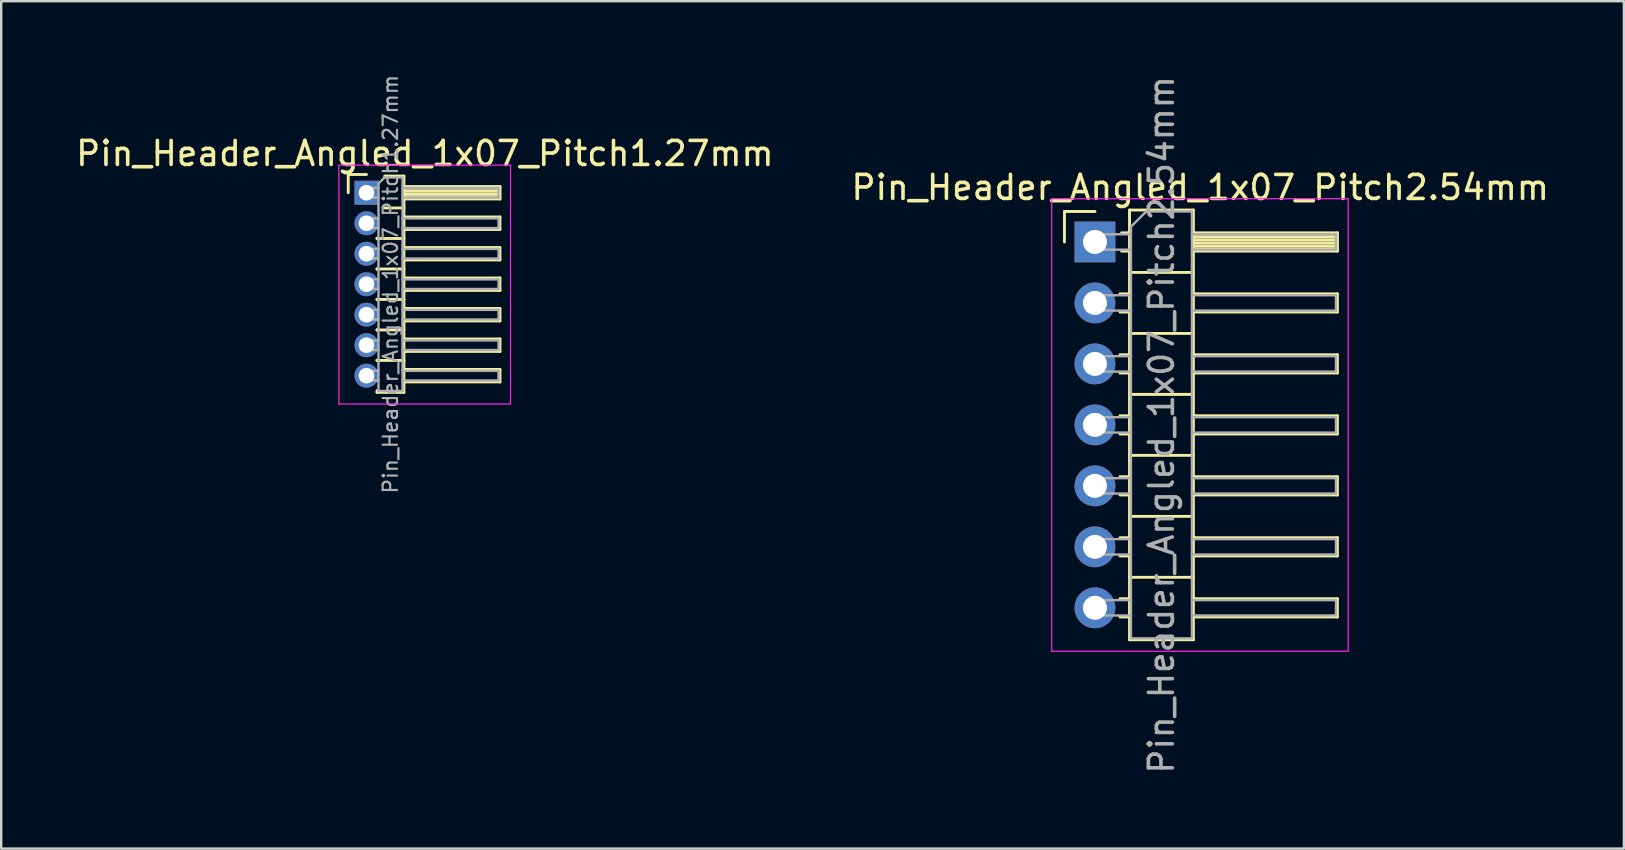
<source format=kicad_pcb>
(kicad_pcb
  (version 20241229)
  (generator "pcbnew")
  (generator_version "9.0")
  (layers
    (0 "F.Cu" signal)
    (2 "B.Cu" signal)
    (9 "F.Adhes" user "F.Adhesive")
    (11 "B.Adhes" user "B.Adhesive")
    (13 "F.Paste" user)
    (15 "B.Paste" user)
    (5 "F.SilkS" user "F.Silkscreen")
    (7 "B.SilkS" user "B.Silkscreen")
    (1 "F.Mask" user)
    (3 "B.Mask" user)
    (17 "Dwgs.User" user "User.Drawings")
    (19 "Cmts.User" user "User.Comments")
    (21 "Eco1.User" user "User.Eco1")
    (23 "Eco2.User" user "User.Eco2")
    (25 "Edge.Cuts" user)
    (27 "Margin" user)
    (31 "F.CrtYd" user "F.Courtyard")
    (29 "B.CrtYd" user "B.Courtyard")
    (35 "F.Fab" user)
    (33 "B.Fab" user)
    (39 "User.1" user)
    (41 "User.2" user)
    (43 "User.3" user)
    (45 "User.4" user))
  (footprint "Pin_Header_Angled_1x07_Pitch1.27mm"
    (layer "F.Cu")
    (at 12.216 4.979)
    (property "Reference" "Pin_Header_Angled_1x07_Pitch1.27mm" (at 2.433 -1.635 0) (layer "F.SilkS") (effects (font (size 1 1) (thickness 0.15))))
    (attr through_hole)
    (fp_line (start -0.76 -0.76) (end 0 -0.76) (stroke (width 0.12) (type solid)) (layer "F.SilkS"))
    (fp_line (start -0.76 0) (end -0.76 -0.76) (stroke (width 0.12) (type solid)) (layer "F.SilkS"))
    (fp_line (start 0.44 1.89) (end 0.44 1.92) (stroke (width 0.12) (type solid)) (layer "F.SilkS"))
    (fp_line (start 0.44 1.905) (end 1.56 1.905) (stroke (width 0.12) (type solid)) (layer "F.SilkS"))
    (fp_line (start 0.44 3.16) (end 0.44 3.19) (stroke (width 0.12) (type solid)) (layer "F.SilkS"))
    (fp_line (start 0.44 3.175) (end 1.56 3.175) (stroke (width 0.12) (type solid)) (layer "F.SilkS"))
    (fp_line (start 0.44 4.43) (end 0.44 4.46) (stroke (width 0.12) (type solid)) (layer "F.SilkS"))
    (fp_line (start 0.44 4.445) (end 1.56 4.445) (stroke (width 0.12) (type solid)) (layer "F.SilkS"))
    (fp_line (start 0.44 5.7) (end 0.44 5.73) (stroke (width 0.12) (type solid)) (layer "F.SilkS"))
    (fp_line (start 0.44 5.715) (end 1.56 5.715) (stroke (width 0.12) (type solid)) (layer "F.SilkS"))
    (fp_line (start 0.44 6.97) (end 0.44 7) (stroke (width 0.12) (type solid)) (layer "F.SilkS"))
    (fp_line (start 0.44 6.985) (end 1.56 6.985) (stroke (width 0.12) (type solid)) (layer "F.SilkS"))
    (fp_line (start 0.44 8.315) (end 0.44 8.24) (stroke (width 0.12) (type solid)) (layer "F.SilkS"))
    (fp_line (start 0.76 -0.695) (end 1.56 -0.695) (stroke (width 0.12) (type solid)) (layer "F.SilkS"))
    (fp_line (start 0.76 0.635) (end 1.56 0.635) (stroke (width 0.12) (type solid)) (layer "F.SilkS"))
    (fp_line (start 1.56 -0.695) (end 1.56 8.315) (stroke (width 0.12) (type solid)) (layer "F.SilkS"))
    (fp_line (start 1.56 -0.26) (end 5.56 -0.26) (stroke (width 0.12) (type solid)) (layer "F.SilkS"))
    (fp_line (start 1.56 -0.2) (end 5.56 -0.2) (stroke (width 0.12) (type solid)) (layer "F.SilkS"))
    (fp_line (start 1.56 -0.08) (end 5.56 -0.08) (stroke (width 0.12) (type solid)) (layer "F.SilkS"))
    (fp_line (start 1.56 0.04) (end 5.56 0.04) (stroke (width 0.12) (type solid)) (layer "F.SilkS"))
    (fp_line (start 1.56 0.16) (end 5.56 0.16) (stroke (width 0.12) (type solid)) (layer "F.SilkS"))
    (fp_line (start 1.56 1.01) (end 5.56 1.01) (stroke (width 0.12) (type solid)) (layer "F.SilkS"))
    (fp_line (start 1.56 2.28) (end 5.56 2.28) (stroke (width 0.12) (type solid)) (layer "F.SilkS"))
    (fp_line (start 1.56 3.55) (end 5.56 3.55) (stroke (width 0.12) (type solid)) (layer "F.SilkS"))
    (fp_line (start 1.56 4.82) (end 5.56 4.82) (stroke (width 0.12) (type solid)) (layer "F.SilkS"))
    (fp_line (start 1.56 6.09) (end 5.56 6.09) (stroke (width 0.12) (type solid)) (layer "F.SilkS"))
    (fp_line (start 1.56 7.36) (end 5.56 7.36) (stroke (width 0.12) (type solid)) (layer "F.SilkS"))
    (fp_line (start 1.56 8.315) (end 0.44 8.315) (stroke (width 0.12) (type solid)) (layer "F.SilkS"))
    (fp_line (start 5.56 -0.26) (end 5.56 0.26) (stroke (width 0.12) (type solid)) (layer "F.SilkS"))
    (fp_line (start 5.56 0.26) (end 1.56 0.26) (stroke (width 0.12) (type solid)) (layer "F.SilkS"))
    (fp_line (start 5.56 1.01) (end 5.56 1.53) (stroke (width 0.12) (type solid)) (layer "F.SilkS"))
    (fp_line (start 5.56 1.53) (end 1.56 1.53) (stroke (width 0.12) (type solid)) (layer "F.SilkS"))
    (fp_line (start 5.56 2.28) (end 5.56 2.8) (stroke (width 0.12) (type solid)) (layer "F.SilkS"))
    (fp_line (start 5.56 2.8) (end 1.56 2.8) (stroke (width 0.12) (type solid)) (layer "F.SilkS"))
    (fp_line (start 5.56 3.55) (end 5.56 4.07) (stroke (width 0.12) (type solid)) (layer "F.SilkS"))
    (fp_line (start 5.56 4.07) (end 1.56 4.07) (stroke (width 0.12) (type solid)) (layer "F.SilkS"))
    (fp_line (start 5.56 4.82) (end 5.56 5.34) (stroke (width 0.12) (type solid)) (layer "F.SilkS"))
    (fp_line (start 5.56 5.34) (end 1.56 5.34) (stroke (width 0.12) (type solid)) (layer "F.SilkS"))
    (fp_line (start 5.56 6.09) (end 5.56 6.61) (stroke (width 0.12) (type solid)) (layer "F.SilkS"))
    (fp_line (start 5.56 6.61) (end 1.56 6.61) (stroke (width 0.12) (type solid)) (layer "F.SilkS"))
    (fp_line (start 5.56 7.36) (end 5.56 7.88) (stroke (width 0.12) (type solid)) (layer "F.SilkS"))
    (fp_line (start 5.56 7.88) (end 1.56 7.88) (stroke (width 0.12) (type solid)) (layer "F.SilkS"))
    (fp_line (start -1.15 -1.15) (end -1.15 8.8) (stroke (width 0.05) (type solid)) (layer "F.CrtYd"))
    (fp_line (start -1.15 8.8) (end 6 8.8) (stroke (width 0.05) (type solid)) (layer "F.CrtYd"))
    (fp_line (start 6 -1.15) (end -1.15 -1.15) (stroke (width 0.05) (type solid)) (layer "F.CrtYd"))
    (fp_line (start 6 8.8) (end 6 -1.15) (stroke (width 0.05) (type solid)) (layer "F.CrtYd"))
    (fp_line (start -0.2 -0.2) (end -0.2 0.2) (stroke (width 0.1) (type solid)) (layer "F.Fab"))
    (fp_line (start -0.2 -0.2) (end 0.5 -0.2) (stroke (width 0.1) (type solid)) (layer "F.Fab"))
    (fp_line (start -0.2 0.2) (end 0.5 0.2) (stroke (width 0.1) (type solid)) (layer "F.Fab"))
    (fp_line (start -0.2 1.07) (end -0.2 1.47) (stroke (width 0.1) (type solid)) (layer "F.Fab"))
    (fp_line (start -0.2 1.07) (end 0.5 1.07) (stroke (width 0.1) (type solid)) (layer "F.Fab"))
    (fp_line (start -0.2 1.47) (end 0.5 1.47) (stroke (width 0.1) (type solid)) (layer "F.Fab"))
    (fp_line (start -0.2 2.34) (end -0.2 2.74) (stroke (width 0.1) (type solid)) (layer "F.Fab"))
    (fp_line (start -0.2 2.34) (end 0.5 2.34) (stroke (width 0.1) (type solid)) (layer "F.Fab"))
    (fp_line (start -0.2 2.74) (end 0.5 2.74) (stroke (width 0.1) (type solid)) (layer "F.Fab"))
    (fp_line (start -0.2 3.61) (end -0.2 4.01) (stroke (width 0.1) (type solid)) (layer "F.Fab"))
    (fp_line (start -0.2 3.61) (end 0.5 3.61) (stroke (width 0.1) (type solid)) (layer "F.Fab"))
    (fp_line (start -0.2 4.01) (end 0.5 4.01) (stroke (width 0.1) (type solid)) (layer "F.Fab"))
    (fp_line (start -0.2 4.88) (end -0.2 5.28) (stroke (width 0.1) (type solid)) (layer "F.Fab"))
    (fp_line (start -0.2 4.88) (end 0.5 4.88) (stroke (width 0.1) (type solid)) (layer "F.Fab"))
    (fp_line (start -0.2 5.28) (end 0.5 5.28) (stroke (width 0.1) (type solid)) (layer "F.Fab"))
    (fp_line (start -0.2 6.15) (end -0.2 6.55) (stroke (width 0.1) (type solid)) (layer "F.Fab"))
    (fp_line (start -0.2 6.15) (end 0.5 6.15) (stroke (width 0.1) (type solid)) (layer "F.Fab"))
    (fp_line (start -0.2 6.55) (end 0.5 6.55) (stroke (width 0.1) (type solid)) (layer "F.Fab"))
    (fp_line (start -0.2 7.42) (end -0.2 7.82) (stroke (width 0.1) (type solid)) (layer "F.Fab"))
    (fp_line (start -0.2 7.42) (end 0.5 7.42) (stroke (width 0.1) (type solid)) (layer "F.Fab"))
    (fp_line (start -0.2 7.82) (end 0.5 7.82) (stroke (width 0.1) (type solid)) (layer "F.Fab"))
    (fp_line (start 0.5 -0.385) (end 0.75 -0.635) (stroke (width 0.1) (type solid)) (layer "F.Fab"))
    (fp_line (start 0.5 8.255) (end 0.5 -0.385) (stroke (width 0.1) (type solid)) (layer "F.Fab"))
    (fp_line (start 0.75 -0.635) (end 1.5 -0.635) (stroke (width 0.1) (type solid)) (layer "F.Fab"))
    (fp_line (start 1.5 -0.635) (end 1.5 8.255) (stroke (width 0.1) (type solid)) (layer "F.Fab"))
    (fp_line (start 1.5 -0.2) (end 5.5 -0.2) (stroke (width 0.1) (type solid)) (layer "F.Fab"))
    (fp_line (start 1.5 0.2) (end 5.5 0.2) (stroke (width 0.1) (type solid)) (layer "F.Fab"))
    (fp_line (start 1.5 1.07) (end 5.5 1.07) (stroke (width 0.1) (type solid)) (layer "F.Fab"))
    (fp_line (start 1.5 1.47) (end 5.5 1.47) (stroke (width 0.1) (type solid)) (layer "F.Fab"))
    (fp_line (start 1.5 2.34) (end 5.5 2.34) (stroke (width 0.1) (type solid)) (layer "F.Fab"))
    (fp_line (start 1.5 2.74) (end 5.5 2.74) (stroke (width 0.1) (type solid)) (layer "F.Fab"))
    (fp_line (start 1.5 3.61) (end 5.5 3.61) (stroke (width 0.1) (type solid)) (layer "F.Fab"))
    (fp_line (start 1.5 4.01) (end 5.5 4.01) (stroke (width 0.1) (type solid)) (layer "F.Fab"))
    (fp_line (start 1.5 4.88) (end 5.5 4.88) (stroke (width 0.1) (type solid)) (layer "F.Fab"))
    (fp_line (start 1.5 5.28) (end 5.5 5.28) (stroke (width 0.1) (type solid)) (layer "F.Fab"))
    (fp_line (start 1.5 6.15) (end 5.5 6.15) (stroke (width 0.1) (type solid)) (layer "F.Fab"))
    (fp_line (start 1.5 6.55) (end 5.5 6.55) (stroke (width 0.1) (type solid)) (layer "F.Fab"))
    (fp_line (start 1.5 7.42) (end 5.5 7.42) (stroke (width 0.1) (type solid)) (layer "F.Fab"))
    (fp_line (start 1.5 7.82) (end 5.5 7.82) (stroke (width 0.1) (type solid)) (layer "F.Fab"))
    (fp_line (start 1.5 8.255) (end 0.5 8.255) (stroke (width 0.1) (type solid)) (layer "F.Fab"))
    (fp_line (start 5.5 -0.2) (end 5.5 0.2) (stroke (width 0.1) (type solid)) (layer "F.Fab"))
    (fp_line (start 5.5 1.07) (end 5.5 1.47) (stroke (width 0.1) (type solid)) (layer "F.Fab"))
    (fp_line (start 5.5 2.34) (end 5.5 2.74) (stroke (width 0.1) (type solid)) (layer "F.Fab"))
    (fp_line (start 5.5 3.61) (end 5.5 4.01) (stroke (width 0.1) (type solid)) (layer "F.Fab"))
    (fp_line (start 5.5 4.88) (end 5.5 5.28) (stroke (width 0.1) (type solid)) (layer "F.Fab"))
    (fp_line (start 5.5 6.15) (end 5.5 6.55) (stroke (width 0.1) (type solid)) (layer "F.Fab"))
    (fp_line (start 5.5 7.42) (end 5.5 7.82) (stroke (width 0.1) (type solid)) (layer "F.Fab"))
    (fp_text user "${REFERENCE}" (at 1 3.81 90) (layer "F.Fab") (effects (font (size 0.6 0.6) (thickness 0.09))))
    (pad "1" thru_hole rect (at 0 0) (size 1 1) (drill 0.65) (layers "*.Cu" "*.Mask"))
    (pad "2" thru_hole oval (at 0 1.27) (size 1 1) (drill 0.65) (layers "*.Cu" "*.Mask"))
    (pad "3" thru_hole oval (at 0 2.54) (size 1 1) (drill 0.65) (layers "*.Cu" "*.Mask"))
    (pad "4" thru_hole oval (at 0 3.81) (size 1 1) (drill 0.65) (layers "*.Cu" "*.Mask"))
    (pad "5" thru_hole oval (at 0 5.08) (size 1 1) (drill 0.65) (layers "*.Cu" "*.Mask"))
    (pad "6" thru_hole oval (at 0 6.35) (size 1 1) (drill 0.65) (layers "*.Cu" "*.Mask"))
    (pad "7" thru_hole oval (at 0 7.62) (size 1 1) (drill 0.65) (layers "*.Cu" "*.Mask")))
  (footprint "Pin_Header_Angled_1x07_Pitch2.54mm"
    (layer "F.Cu")
    (at 42.561 7.029)
    (property "Reference" "Pin_Header_Angled_1x07_Pitch2.54mm" (at 4.385 -2.27 0) (layer "F.SilkS") (effects (font (size 1 1) (thickness 0.15))))
    (attr through_hole)
    (fp_line (start -1.27 -1.27) (end 0 -1.27) (stroke (width 0.12) (type solid)) (layer "F.SilkS"))
    (fp_line (start -1.27 0) (end -1.27 -1.27) (stroke (width 0.12) (type solid)) (layer "F.SilkS"))
    (fp_line (start 1.043 2.16) (end 1.44 2.16) (stroke (width 0.12) (type solid)) (layer "F.SilkS"))
    (fp_line (start 1.043 2.92) (end 1.44 2.92) (stroke (width 0.12) (type solid)) (layer "F.SilkS"))
    (fp_line (start 1.043 4.7) (end 1.44 4.7) (stroke (width 0.12) (type solid)) (layer "F.SilkS"))
    (fp_line (start 1.043 5.46) (end 1.44 5.46) (stroke (width 0.12) (type solid)) (layer "F.SilkS"))
    (fp_line (start 1.043 7.24) (end 1.44 7.24) (stroke (width 0.12) (type solid)) (layer "F.SilkS"))
    (fp_line (start 1.043 8) (end 1.44 8) (stroke (width 0.12) (type solid)) (layer "F.SilkS"))
    (fp_line (start 1.043 9.78) (end 1.44 9.78) (stroke (width 0.12) (type solid)) (layer "F.SilkS"))
    (fp_line (start 1.043 10.54) (end 1.44 10.54) (stroke (width 0.12) (type solid)) (layer "F.SilkS"))
    (fp_line (start 1.043 12.32) (end 1.44 12.32) (stroke (width 0.12) (type solid)) (layer "F.SilkS"))
    (fp_line (start 1.043 13.08) (end 1.44 13.08) (stroke (width 0.12) (type solid)) (layer "F.SilkS"))
    (fp_line (start 1.043 14.86) (end 1.44 14.86) (stroke (width 0.12) (type solid)) (layer "F.SilkS"))
    (fp_line (start 1.043 15.62) (end 1.44 15.62) (stroke (width 0.12) (type solid)) (layer "F.SilkS"))
    (fp_line (start 1.11 -0.38) (end 1.44 -0.38) (stroke (width 0.12) (type solid)) (layer "F.SilkS"))
    (fp_line (start 1.11 0.38) (end 1.44 0.38) (stroke (width 0.12) (type solid)) (layer "F.SilkS"))
    (fp_line (start 1.44 -1.33) (end 1.44 16.57) (stroke (width 0.12) (type solid)) (layer "F.SilkS"))
    (fp_line (start 1.44 1.27) (end 4.1 1.27) (stroke (width 0.12) (type solid)) (layer "F.SilkS"))
    (fp_line (start 1.44 3.81) (end 4.1 3.81) (stroke (width 0.12) (type solid)) (layer "F.SilkS"))
    (fp_line (start 1.44 6.35) (end 4.1 6.35) (stroke (width 0.12) (type solid)) (layer "F.SilkS"))
    (fp_line (start 1.44 8.89) (end 4.1 8.89) (stroke (width 0.12) (type solid)) (layer "F.SilkS"))
    (fp_line (start 1.44 11.43) (end 4.1 11.43) (stroke (width 0.12) (type solid)) (layer "F.SilkS"))
    (fp_line (start 1.44 13.97) (end 4.1 13.97) (stroke (width 0.12) (type solid)) (layer "F.SilkS"))
    (fp_line (start 1.44 16.57) (end 4.1 16.57) (stroke (width 0.12) (type solid)) (layer "F.SilkS"))
    (fp_line (start 4.1 -1.33) (end 1.44 -1.33) (stroke (width 0.12) (type solid)) (layer "F.SilkS"))
    (fp_line (start 4.1 -0.38) (end 10.1 -0.38) (stroke (width 0.12) (type solid)) (layer "F.SilkS"))
    (fp_line (start 4.1 -0.32) (end 10.1 -0.32) (stroke (width 0.12) (type solid)) (layer "F.SilkS"))
    (fp_line (start 4.1 -0.2) (end 10.1 -0.2) (stroke (width 0.12) (type solid)) (layer "F.SilkS"))
    (fp_line (start 4.1 -0.08) (end 10.1 -0.08) (stroke (width 0.12) (type solid)) (layer "F.SilkS"))
    (fp_line (start 4.1 0.04) (end 10.1 0.04) (stroke (width 0.12) (type solid)) (layer "F.SilkS"))
    (fp_line (start 4.1 0.16) (end 10.1 0.16) (stroke (width 0.12) (type solid)) (layer "F.SilkS"))
    (fp_line (start 4.1 0.28) (end 10.1 0.28) (stroke (width 0.12) (type solid)) (layer "F.SilkS"))
    (fp_line (start 4.1 2.16) (end 10.1 2.16) (stroke (width 0.12) (type solid)) (layer "F.SilkS"))
    (fp_line (start 4.1 4.7) (end 10.1 4.7) (stroke (width 0.12) (type solid)) (layer "F.SilkS"))
    (fp_line (start 4.1 7.24) (end 10.1 7.24) (stroke (width 0.12) (type solid)) (layer "F.SilkS"))
    (fp_line (start 4.1 9.78) (end 10.1 9.78) (stroke (width 0.12) (type solid)) (layer "F.SilkS"))
    (fp_line (start 4.1 12.32) (end 10.1 12.32) (stroke (width 0.12) (type solid)) (layer "F.SilkS"))
    (fp_line (start 4.1 14.86) (end 10.1 14.86) (stroke (width 0.12) (type solid)) (layer "F.SilkS"))
    (fp_line (start 4.1 16.57) (end 4.1 -1.33) (stroke (width 0.12) (type solid)) (layer "F.SilkS"))
    (fp_line (start 10.1 -0.38) (end 10.1 0.38) (stroke (width 0.12) (type solid)) (layer "F.SilkS"))
    (fp_line (start 10.1 0.38) (end 4.1 0.38) (stroke (width 0.12) (type solid)) (layer "F.SilkS"))
    (fp_line (start 10.1 2.16) (end 10.1 2.92) (stroke (width 0.12) (type solid)) (layer "F.SilkS"))
    (fp_line (start 10.1 2.92) (end 4.1 2.92) (stroke (width 0.12) (type solid)) (layer "F.SilkS"))
    (fp_line (start 10.1 4.7) (end 10.1 5.46) (stroke (width 0.12) (type solid)) (layer "F.SilkS"))
    (fp_line (start 10.1 5.46) (end 4.1 5.46) (stroke (width 0.12) (type solid)) (layer "F.SilkS"))
    (fp_line (start 10.1 7.24) (end 10.1 8) (stroke (width 0.12) (type solid)) (layer "F.SilkS"))
    (fp_line (start 10.1 8) (end 4.1 8) (stroke (width 0.12) (type solid)) (layer "F.SilkS"))
    (fp_line (start 10.1 9.78) (end 10.1 10.54) (stroke (width 0.12) (type solid)) (layer "F.SilkS"))
    (fp_line (start 10.1 10.54) (end 4.1 10.54) (stroke (width 0.12) (type solid)) (layer "F.SilkS"))
    (fp_line (start 10.1 12.32) (end 10.1 13.08) (stroke (width 0.12) (type solid)) (layer "F.SilkS"))
    (fp_line (start 10.1 13.08) (end 4.1 13.08) (stroke (width 0.12) (type solid)) (layer "F.SilkS"))
    (fp_line (start 10.1 14.86) (end 10.1 15.62) (stroke (width 0.12) (type solid)) (layer "F.SilkS"))
    (fp_line (start 10.1 15.62) (end 4.1 15.62) (stroke (width 0.12) (type solid)) (layer "F.SilkS"))
    (fp_line (start -1.8 -1.8) (end -1.8 17.05) (stroke (width 0.05) (type solid)) (layer "F.CrtYd"))
    (fp_line (start -1.8 17.05) (end 10.55 17.05) (stroke (width 0.05) (type solid)) (layer "F.CrtYd"))
    (fp_line (start 10.55 -1.8) (end -1.8 -1.8) (stroke (width 0.05) (type solid)) (layer "F.CrtYd"))
    (fp_line (start 10.55 17.05) (end 10.55 -1.8) (stroke (width 0.05) (type solid)) (layer "F.CrtYd"))
    (fp_line (start -0.32 -0.32) (end -0.32 0.32) (stroke (width 0.1) (type solid)) (layer "F.Fab"))
    (fp_line (start -0.32 -0.32) (end 1.5 -0.32) (stroke (width 0.1) (type solid)) (layer "F.Fab"))
    (fp_line (start -0.32 0.32) (end 1.5 0.32) (stroke (width 0.1) (type solid)) (layer "F.Fab"))
    (fp_line (start -0.32 2.22) (end -0.32 2.86) (stroke (width 0.1) (type solid)) (layer "F.Fab"))
    (fp_line (start -0.32 2.22) (end 1.5 2.22) (stroke (width 0.1) (type solid)) (layer "F.Fab"))
    (fp_line (start -0.32 2.86) (end 1.5 2.86) (stroke (width 0.1) (type solid)) (layer "F.Fab"))
    (fp_line (start -0.32 4.76) (end -0.32 5.4) (stroke (width 0.1) (type solid)) (layer "F.Fab"))
    (fp_line (start -0.32 4.76) (end 1.5 4.76) (stroke (width 0.1) (type solid)) (layer "F.Fab"))
    (fp_line (start -0.32 5.4) (end 1.5 5.4) (stroke (width 0.1) (type solid)) (layer "F.Fab"))
    (fp_line (start -0.32 7.3) (end -0.32 7.94) (stroke (width 0.1) (type solid)) (layer "F.Fab"))
    (fp_line (start -0.32 7.3) (end 1.5 7.3) (stroke (width 0.1) (type solid)) (layer "F.Fab"))
    (fp_line (start -0.32 7.94) (end 1.5 7.94) (stroke (width 0.1) (type solid)) (layer "F.Fab"))
    (fp_line (start -0.32 9.84) (end -0.32 10.48) (stroke (width 0.1) (type solid)) (layer "F.Fab"))
    (fp_line (start -0.32 9.84) (end 1.5 9.84) (stroke (width 0.1) (type solid)) (layer "F.Fab"))
    (fp_line (start -0.32 10.48) (end 1.5 10.48) (stroke (width 0.1) (type solid)) (layer "F.Fab"))
    (fp_line (start -0.32 12.38) (end -0.32 13.02) (stroke (width 0.1) (type solid)) (layer "F.Fab"))
    (fp_line (start -0.32 12.38) (end 1.5 12.38) (stroke (width 0.1) (type solid)) (layer "F.Fab"))
    (fp_line (start -0.32 13.02) (end 1.5 13.02) (stroke (width 0.1) (type solid)) (layer "F.Fab"))
    (fp_line (start -0.32 14.92) (end -0.32 15.56) (stroke (width 0.1) (type solid)) (layer "F.Fab"))
    (fp_line (start -0.32 14.92) (end 1.5 14.92) (stroke (width 0.1) (type solid)) (layer "F.Fab"))
    (fp_line (start -0.32 15.56) (end 1.5 15.56) (stroke (width 0.1) (type solid)) (layer "F.Fab"))
    (fp_line (start 1.5 -0.635) (end 2.135 -1.27) (stroke (width 0.1) (type solid)) (layer "F.Fab"))
    (fp_line (start 1.5 16.51) (end 1.5 -0.635) (stroke (width 0.1) (type solid)) (layer "F.Fab"))
    (fp_line (start 2.135 -1.27) (end 4.04 -1.27) (stroke (width 0.1) (type solid)) (layer "F.Fab"))
    (fp_line (start 4.04 -1.27) (end 4.04 16.51) (stroke (width 0.1) (type solid)) (layer "F.Fab"))
    (fp_line (start 4.04 -0.32) (end 10.04 -0.32) (stroke (width 0.1) (type solid)) (layer "F.Fab"))
    (fp_line (start 4.04 0.32) (end 10.04 0.32) (stroke (width 0.1) (type solid)) (layer "F.Fab"))
    (fp_line (start 4.04 2.22) (end 10.04 2.22) (stroke (width 0.1) (type solid)) (layer "F.Fab"))
    (fp_line (start 4.04 2.86) (end 10.04 2.86) (stroke (width 0.1) (type solid)) (layer "F.Fab"))
    (fp_line (start 4.04 4.76) (end 10.04 4.76) (stroke (width 0.1) (type solid)) (layer "F.Fab"))
    (fp_line (start 4.04 5.4) (end 10.04 5.4) (stroke (width 0.1) (type solid)) (layer "F.Fab"))
    (fp_line (start 4.04 7.3) (end 10.04 7.3) (stroke (width 0.1) (type solid)) (layer "F.Fab"))
    (fp_line (start 4.04 7.94) (end 10.04 7.94) (stroke (width 0.1) (type solid)) (layer "F.Fab"))
    (fp_line (start 4.04 9.84) (end 10.04 9.84) (stroke (width 0.1) (type solid)) (layer "F.Fab"))
    (fp_line (start 4.04 10.48) (end 10.04 10.48) (stroke (width 0.1) (type solid)) (layer "F.Fab"))
    (fp_line (start 4.04 12.38) (end 10.04 12.38) (stroke (width 0.1) (type solid)) (layer "F.Fab"))
    (fp_line (start 4.04 13.02) (end 10.04 13.02) (stroke (width 0.1) (type solid)) (layer "F.Fab"))
    (fp_line (start 4.04 14.92) (end 10.04 14.92) (stroke (width 0.1) (type solid)) (layer "F.Fab"))
    (fp_line (start 4.04 15.56) (end 10.04 15.56) (stroke (width 0.1) (type solid)) (layer "F.Fab"))
    (fp_line (start 4.04 16.51) (end 1.5 16.51) (stroke (width 0.1) (type solid)) (layer "F.Fab"))
    (fp_line (start 10.04 -0.32) (end 10.04 0.32) (stroke (width 0.1) (type solid)) (layer "F.Fab"))
    (fp_line (start 10.04 2.22) (end 10.04 2.86) (stroke (width 0.1) (type solid)) (layer "F.Fab"))
    (fp_line (start 10.04 4.76) (end 10.04 5.4) (stroke (width 0.1) (type solid)) (layer "F.Fab"))
    (fp_line (start 10.04 7.3) (end 10.04 7.94) (stroke (width 0.1) (type solid)) (layer "F.Fab"))
    (fp_line (start 10.04 9.84) (end 10.04 10.48) (stroke (width 0.1) (type solid)) (layer "F.Fab"))
    (fp_line (start 10.04 12.38) (end 10.04 13.02) (stroke (width 0.1) (type solid)) (layer "F.Fab"))
    (fp_line (start 10.04 14.92) (end 10.04 15.56) (stroke (width 0.1) (type solid)) (layer "F.Fab"))
    (fp_text user "${REFERENCE}" (at 2.77 7.62 90) (layer "F.Fab") (effects (font (size 1 1) (thickness 0.15))))
    (pad "1" thru_hole rect (at 0 0) (size 1.7 1.7) (drill 1) (layers "*.Cu" "*.Mask"))
    (pad "2" thru_hole oval (at 0 2.54) (size 1.7 1.7) (drill 1) (layers "*.Cu" "*.Mask"))
    (pad "3" thru_hole oval (at 0 5.08) (size 1.7 1.7) (drill 1) (layers "*.Cu" "*.Mask"))
    (pad "4" thru_hole oval (at 0 7.62) (size 1.7 1.7) (drill 1) (layers "*.Cu" "*.Mask"))
    (pad "5" thru_hole oval (at 0 10.16) (size 1.7 1.7) (drill 1) (layers "*.Cu" "*.Mask"))
    (pad "6" thru_hole oval (at 0 12.7) (size 1.7 1.7) (drill 1) (layers "*.Cu" "*.Mask"))
    (pad "7" thru_hole oval (at 0 15.24) (size 1.7 1.7) (drill 1) (layers "*.Cu" "*.Mask")))
  (gr_rect
    (start -3 -3)
    (end 64.595 32.298)
    (stroke (width 0.1) (type default))
    (fill no)
    (layer "Edge.Cuts")))
</source>
